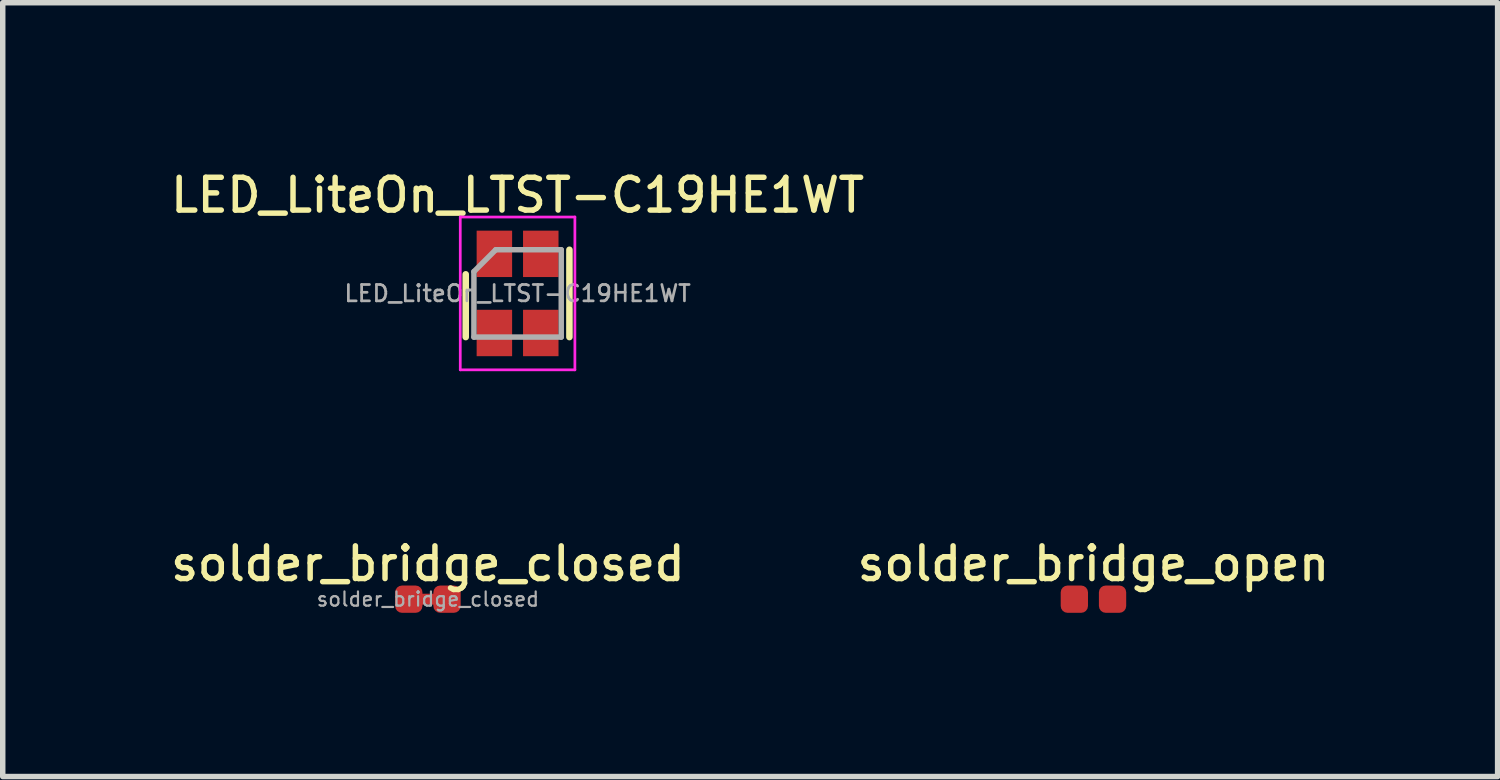
<source format=kicad_pcb>
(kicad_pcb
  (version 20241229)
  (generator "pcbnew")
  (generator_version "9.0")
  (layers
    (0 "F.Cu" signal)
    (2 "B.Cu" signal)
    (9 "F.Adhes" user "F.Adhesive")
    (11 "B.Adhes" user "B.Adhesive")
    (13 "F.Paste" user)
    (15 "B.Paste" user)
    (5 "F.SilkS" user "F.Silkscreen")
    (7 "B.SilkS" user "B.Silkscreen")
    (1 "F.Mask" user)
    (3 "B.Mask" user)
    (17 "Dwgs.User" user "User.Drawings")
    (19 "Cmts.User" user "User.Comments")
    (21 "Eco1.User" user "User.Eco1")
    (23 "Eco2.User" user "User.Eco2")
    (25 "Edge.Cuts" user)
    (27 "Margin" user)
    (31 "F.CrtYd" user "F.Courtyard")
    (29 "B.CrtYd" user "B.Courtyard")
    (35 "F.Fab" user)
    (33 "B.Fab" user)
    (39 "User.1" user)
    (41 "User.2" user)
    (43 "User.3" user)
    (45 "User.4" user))
  (footprint "solder_bridge_closed"
    (layer "F.Cu")
    (at 4.79 7.928)
    (property "Reference" "solder_bridge_closed" (at 0 -0.65 0) (layer "F.SilkS") (effects (font (size 0.6 0.6) (thickness 0.1))))
    (attr smd)
    (fp_poly (pts (xy 0.15 0.1) (xy -0.15 0.1) (xy -0.15 -0.1) (xy 0.15 -0.1)) (stroke (width 0) (type solid)) (fill yes) (layer "F.Cu"))
    (fp_text user "${REFERENCE}" (at 0 0 0) (layer "F.Fab") (effects (font (size 0.26 0.26) (thickness 0.04))))
    (pad "1" connect roundrect (at -0.35 0) (size 0.5 0.5) (layers "F.Cu" "F.Mask") (roundrect_rratio 0.25))
    (pad "2" connect roundrect (at 0.35 0) (size 0.5 0.5) (layers "F.Cu" "F.Mask") (roundrect_rratio 0.25)))
  (footprint "LED_LiteOn_LTST-C19HE1WT"
    (layer "F.Cu")
    (at 6.433 2.326)
    (property "Reference" "LED_LiteOn_LTST-C19HE1WT" (at 0 -1.8 0) (layer "F.SilkS") (effects (font (size 0.6 0.6) (thickness 0.1))))
    (attr smd)
    (fp_line (start -0.95 -0.35) (end -0.95 0.8) (stroke (width 0.12) (type solid)) (layer "F.SilkS"))
    (fp_line (start 0.95 -0.8) (end 0.95 0.8) (stroke (width 0.12) (type solid)) (layer "F.SilkS"))
    (fp_line (start -1.05 -1.4) (end 1.05 -1.4) (stroke (width 0.05) (type solid)) (layer "F.CrtYd"))
    (fp_line (start -1.05 1.4) (end -1.05 -1.4) (stroke (width 0.05) (type solid)) (layer "F.CrtYd"))
    (fp_line (start 1.05 -1.4) (end 1.05 1.4) (stroke (width 0.05) (type solid)) (layer "F.CrtYd"))
    (fp_line (start 1.05 1.4) (end -1.05 1.4) (stroke (width 0.05) (type solid)) (layer "F.CrtYd"))
    (fp_line (start -0.8 -0.4) (end -0.8 0.8) (stroke (width 0.1) (type solid)) (layer "F.Fab"))
    (fp_line (start -0.8 0.8) (end 0.8 0.8) (stroke (width 0.1) (type solid)) (layer "F.Fab"))
    (fp_line (start -0.4 -0.8) (end -0.8 -0.4) (stroke (width 0.1) (type solid)) (layer "F.Fab"))
    (fp_line (start 0.8 -0.8) (end -0.4 -0.8) (stroke (width 0.1) (type solid)) (layer "F.Fab"))
    (fp_line (start 0.8 0.8) (end 0.8 -0.8) (stroke (width 0.1) (type solid)) (layer "F.Fab"))
    (fp_text user "${REFERENCE}" (at 0 0 0) (layer "F.Fab") (effects (font (size 0.3 0.3) (thickness 0.05))))
    (pad "1" smd rect (at -0.425 -0.725) (size 0.65 0.85) (layers "F.Cu" "F.Mask" "F.Paste"))
    (pad "2" smd rect (at 0.425 -0.725) (size 0.65 0.85) (layers "F.Cu" "F.Mask" "F.Paste"))
    (pad "3" smd rect (at 0.425 0.725) (size 0.65 0.85) (layers "F.Cu" "F.Mask" "F.Paste"))
    (pad "4" smd rect (at -0.425 0.725) (size 0.65 0.85) (layers "F.Cu" "F.Mask" "F.Paste")))
  (footprint "solder_bridge_open"
    (layer "F.Cu")
    (at 16.984 7.928)
    (property "Reference" "solder_bridge_open" (at 0 -0.65 0) (layer "F.SilkS") (effects (font (size 0.6 0.6) (thickness 0.1))))
    (attr smd)
    (pad "1" connect roundrect (at -0.35 0) (size 0.5 0.5) (layers "F.Cu" "F.Mask") (roundrect_rratio 0.25))
    (pad "2" connect roundrect (at 0.35 0) (size 0.5 0.5) (layers "F.Cu" "F.Mask") (roundrect_rratio 0.25)))
  (gr_rect
    (start -3 -3)
    (end 24.389 11.178)
    (stroke (width 0.1) (type default))
    (fill no)
    (layer "Edge.Cuts")))
</source>
